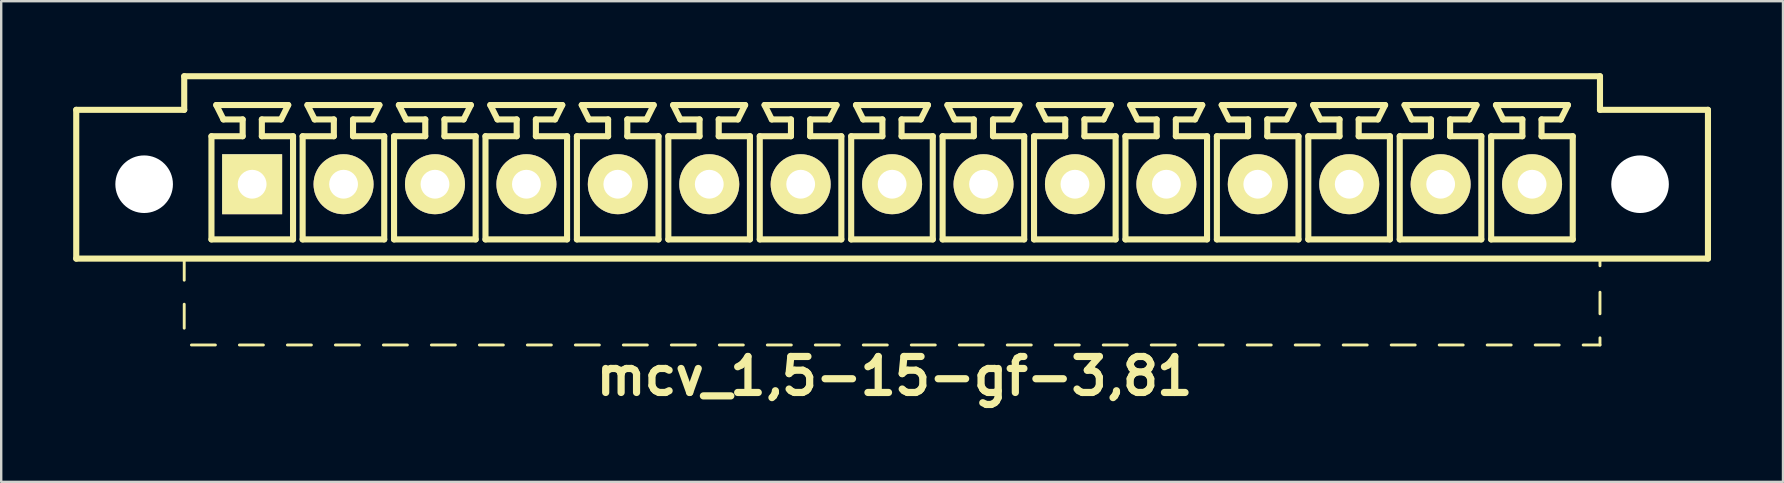
<source format=kicad_pcb>
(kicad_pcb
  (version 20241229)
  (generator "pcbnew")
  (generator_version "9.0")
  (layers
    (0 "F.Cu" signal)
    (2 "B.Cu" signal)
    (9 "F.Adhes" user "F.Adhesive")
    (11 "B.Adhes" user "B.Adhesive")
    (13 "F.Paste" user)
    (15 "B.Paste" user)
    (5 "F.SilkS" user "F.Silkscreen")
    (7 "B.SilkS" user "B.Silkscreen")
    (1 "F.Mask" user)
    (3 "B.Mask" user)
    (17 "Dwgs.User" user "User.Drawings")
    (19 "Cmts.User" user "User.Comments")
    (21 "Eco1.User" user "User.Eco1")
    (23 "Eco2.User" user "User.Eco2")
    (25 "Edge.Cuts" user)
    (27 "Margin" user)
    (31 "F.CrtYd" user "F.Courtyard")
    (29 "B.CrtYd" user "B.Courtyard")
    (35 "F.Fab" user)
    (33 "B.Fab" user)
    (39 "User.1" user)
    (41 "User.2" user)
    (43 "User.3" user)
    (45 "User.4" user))
  (footprint "mcv_1,5-15-gf-3,81"
    (layer "F.Cu")
    (at 34.127 4.627)
    (property "Reference" "mcv_1,5-15-gf-3,81" (at 0.1 8 0) (layer "F.SilkS") (effects (font (size 1.5 1.5) (thickness 0.3))))
    (attr through_hole)
    (fp_line (start -34 3.1) (end -34 -3.1) (stroke (width 0.254) (type solid)) (layer "F.SilkS"))
    (fp_line (start -34 3.1) (end 34 3.1) (stroke (width 0.254) (type solid)) (layer "F.SilkS"))
    (fp_line (start -29.5 -4.5) (end -29.5 -3.1) (stroke (width 0.254) (type solid)) (layer "F.SilkS"))
    (fp_line (start -29.5 -4.5) (end 29.5 -4.5) (stroke (width 0.254) (type solid)) (layer "F.SilkS"))
    (fp_line (start -29.5 -3.1) (end -34 -3.1) (stroke (width 0.254) (type solid)) (layer "F.SilkS"))
    (fp_line (start -29.5 3.1) (end -29.5 4) (stroke (width 0.12) (type solid)) (layer "F.SilkS"))
    (fp_line (start -29.5 5) (end -29.5 6) (stroke (width 0.12) (type solid)) (layer "F.SilkS"))
    (fp_line (start -29.2 6.7) (end -28.2 6.7) (stroke (width 0.12) (type solid)) (layer "F.SilkS"))
    (fp_line (start -28.365 -2) (end -27.065 -2) (stroke (width 0.254) (type solid)) (layer "F.SilkS"))
    (fp_line (start -28.365 2.3) (end -28.365 -2) (stroke (width 0.254) (type solid)) (layer "F.SilkS"))
    (fp_line (start -28.165 -3.3) (end -25.165 -3.3) (stroke (width 0.254) (type solid)) (layer "F.SilkS"))
    (fp_line (start -27.865 -2.7) (end -28.165 -3.3) (stroke (width 0.254) (type solid)) (layer "F.SilkS"))
    (fp_line (start -27.2 6.7) (end -26.2 6.7) (stroke (width 0.12) (type solid)) (layer "F.SilkS"))
    (fp_line (start -27.065 -2.7) (end -27.865 -2.7) (stroke (width 0.254) (type solid)) (layer "F.SilkS"))
    (fp_line (start -27.065 -2) (end -27.065 -2.7) (stroke (width 0.254) (type solid)) (layer "F.SilkS"))
    (fp_line (start -26.265 -2.7) (end -26.265 -2) (stroke (width 0.254) (type solid)) (layer "F.SilkS"))
    (fp_line (start -26.265 -2) (end -24.965 -2) (stroke (width 0.254) (type solid)) (layer "F.SilkS"))
    (fp_line (start -25.465 -2.7) (end -26.265 -2.7) (stroke (width 0.254) (type solid)) (layer "F.SilkS"))
    (fp_line (start -25.465 -2.7) (end -25.165 -3.3) (stroke (width 0.254) (type solid)) (layer "F.SilkS"))
    (fp_line (start -25.2 6.7) (end -24.2 6.7) (stroke (width 0.12) (type solid)) (layer "F.SilkS"))
    (fp_line (start -24.965 -2) (end -24.965 2.3) (stroke (width 0.254) (type solid)) (layer "F.SilkS"))
    (fp_line (start -24.965 2.3) (end -28.365 2.3) (stroke (width 0.254) (type solid)) (layer "F.SilkS"))
    (fp_line (start -24.565 -2) (end -23.265 -2) (stroke (width 0.254) (type solid)) (layer "F.SilkS"))
    (fp_line (start -24.565 2.3) (end -24.565 -2) (stroke (width 0.254) (type solid)) (layer "F.SilkS"))
    (fp_line (start -24.365 -3.3) (end -21.365 -3.3) (stroke (width 0.254) (type solid)) (layer "F.SilkS"))
    (fp_line (start -24.065 -2.7) (end -24.365 -3.3) (stroke (width 0.254) (type solid)) (layer "F.SilkS"))
    (fp_line (start -23.265 -2.7) (end -24.065 -2.7) (stroke (width 0.254) (type solid)) (layer "F.SilkS"))
    (fp_line (start -23.265 -2) (end -23.265 -2.7) (stroke (width 0.254) (type solid)) (layer "F.SilkS"))
    (fp_line (start -23.2 6.7) (end -22.2 6.7) (stroke (width 0.12) (type solid)) (layer "F.SilkS"))
    (fp_line (start -22.465 -2.7) (end -22.465 -2) (stroke (width 0.254) (type solid)) (layer "F.SilkS"))
    (fp_line (start -22.465 -2) (end -21.165 -2) (stroke (width 0.254) (type solid)) (layer "F.SilkS"))
    (fp_line (start -21.665 -2.7) (end -22.465 -2.7) (stroke (width 0.254) (type solid)) (layer "F.SilkS"))
    (fp_line (start -21.665 -2.7) (end -21.365 -3.3) (stroke (width 0.254) (type solid)) (layer "F.SilkS"))
    (fp_line (start -21.2 6.7) (end -20.2 6.7) (stroke (width 0.12) (type solid)) (layer "F.SilkS"))
    (fp_line (start -21.165 -2) (end -21.165 2.3) (stroke (width 0.254) (type solid)) (layer "F.SilkS"))
    (fp_line (start -21.165 2.3) (end -24.565 2.3) (stroke (width 0.254) (type solid)) (layer "F.SilkS"))
    (fp_line (start -20.755 -2) (end -19.455 -2) (stroke (width 0.254) (type solid)) (layer "F.SilkS"))
    (fp_line (start -20.755 2.3) (end -20.755 -2) (stroke (width 0.254) (type solid)) (layer "F.SilkS"))
    (fp_line (start -20.555 -3.3) (end -17.555 -3.3) (stroke (width 0.254) (type solid)) (layer "F.SilkS"))
    (fp_line (start -20.255 -2.7) (end -20.555 -3.3) (stroke (width 0.254) (type solid)) (layer "F.SilkS"))
    (fp_line (start -19.455 -2.7) (end -20.255 -2.7) (stroke (width 0.254) (type solid)) (layer "F.SilkS"))
    (fp_line (start -19.455 -2) (end -19.455 -2.7) (stroke (width 0.254) (type solid)) (layer "F.SilkS"))
    (fp_line (start -19.2 6.7) (end -18.2 6.7) (stroke (width 0.12) (type solid)) (layer "F.SilkS"))
    (fp_line (start -18.655 -2.7) (end -18.655 -2) (stroke (width 0.254) (type solid)) (layer "F.SilkS"))
    (fp_line (start -18.655 -2) (end -17.355 -2) (stroke (width 0.254) (type solid)) (layer "F.SilkS"))
    (fp_line (start -17.855 -2.7) (end -18.655 -2.7) (stroke (width 0.254) (type solid)) (layer "F.SilkS"))
    (fp_line (start -17.855 -2.7) (end -17.555 -3.3) (stroke (width 0.254) (type solid)) (layer "F.SilkS"))
    (fp_line (start -17.355 -2) (end -17.355 2.3) (stroke (width 0.254) (type solid)) (layer "F.SilkS"))
    (fp_line (start -17.355 2.3) (end -20.755 2.3) (stroke (width 0.254) (type solid)) (layer "F.SilkS"))
    (fp_line (start -17.2 6.7) (end -16.2 6.7) (stroke (width 0.12) (type solid)) (layer "F.SilkS"))
    (fp_line (start -16.945 -2) (end -15.645 -2) (stroke (width 0.254) (type solid)) (layer "F.SilkS"))
    (fp_line (start -16.945 2.3) (end -16.945 -2) (stroke (width 0.254) (type solid)) (layer "F.SilkS"))
    (fp_line (start -16.745 -3.3) (end -13.745 -3.3) (stroke (width 0.254) (type solid)) (layer "F.SilkS"))
    (fp_line (start -16.445 -2.7) (end -16.745 -3.3) (stroke (width 0.254) (type solid)) (layer "F.SilkS"))
    (fp_line (start -15.645 -2.7) (end -16.445 -2.7) (stroke (width 0.254) (type solid)) (layer "F.SilkS"))
    (fp_line (start -15.645 -2) (end -15.645 -2.7) (stroke (width 0.254) (type solid)) (layer "F.SilkS"))
    (fp_line (start -15.2 6.7) (end -14.2 6.7) (stroke (width 0.12) (type solid)) (layer "F.SilkS"))
    (fp_line (start -14.845 -2.7) (end -14.845 -2) (stroke (width 0.254) (type solid)) (layer "F.SilkS"))
    (fp_line (start -14.845 -2) (end -13.545 -2) (stroke (width 0.254) (type solid)) (layer "F.SilkS"))
    (fp_line (start -14.045 -2.7) (end -14.845 -2.7) (stroke (width 0.254) (type solid)) (layer "F.SilkS"))
    (fp_line (start -14.045 -2.7) (end -13.745 -3.3) (stroke (width 0.254) (type solid)) (layer "F.SilkS"))
    (fp_line (start -13.545 -2) (end -13.545 2.3) (stroke (width 0.254) (type solid)) (layer "F.SilkS"))
    (fp_line (start -13.545 2.3) (end -16.945 2.3) (stroke (width 0.254) (type solid)) (layer "F.SilkS"))
    (fp_line (start -13.2 6.7) (end -12.2 6.7) (stroke (width 0.12) (type solid)) (layer "F.SilkS"))
    (fp_line (start -13.135 -2) (end -11.835 -2) (stroke (width 0.254) (type solid)) (layer "F.SilkS"))
    (fp_line (start -13.135 2.3) (end -13.135 -2) (stroke (width 0.254) (type solid)) (layer "F.SilkS"))
    (fp_line (start -12.935 -3.3) (end -9.935 -3.3) (stroke (width 0.254) (type solid)) (layer "F.SilkS"))
    (fp_line (start -12.635 -2.7) (end -12.935 -3.3) (stroke (width 0.254) (type solid)) (layer "F.SilkS"))
    (fp_line (start -11.835 -2.7) (end -12.635 -2.7) (stroke (width 0.254) (type solid)) (layer "F.SilkS"))
    (fp_line (start -11.835 -2) (end -11.835 -2.7) (stroke (width 0.254) (type solid)) (layer "F.SilkS"))
    (fp_line (start -11.2 6.7) (end -10.2 6.7) (stroke (width 0.12) (type solid)) (layer "F.SilkS"))
    (fp_line (start -11.035 -2.7) (end -11.035 -2) (stroke (width 0.254) (type solid)) (layer "F.SilkS"))
    (fp_line (start -11.035 -2) (end -9.735 -2) (stroke (width 0.254) (type solid)) (layer "F.SilkS"))
    (fp_line (start -10.235 -2.7) (end -11.035 -2.7) (stroke (width 0.254) (type solid)) (layer "F.SilkS"))
    (fp_line (start -10.235 -2.7) (end -9.935 -3.3) (stroke (width 0.254) (type solid)) (layer "F.SilkS"))
    (fp_line (start -9.735 -2) (end -9.735 2.3) (stroke (width 0.254) (type solid)) (layer "F.SilkS"))
    (fp_line (start -9.735 2.3) (end -13.135 2.3) (stroke (width 0.254) (type solid)) (layer "F.SilkS"))
    (fp_line (start -9.325 -2) (end -8.025 -2) (stroke (width 0.254) (type solid)) (layer "F.SilkS"))
    (fp_line (start -9.325 2.3) (end -9.325 -2) (stroke (width 0.254) (type solid)) (layer "F.SilkS"))
    (fp_line (start -9.2 6.7) (end -8.2 6.7) (stroke (width 0.12) (type solid)) (layer "F.SilkS"))
    (fp_line (start -9.125 -3.3) (end -6.125 -3.3) (stroke (width 0.254) (type solid)) (layer "F.SilkS"))
    (fp_line (start -8.825 -2.7) (end -9.125 -3.3) (stroke (width 0.254) (type solid)) (layer "F.SilkS"))
    (fp_line (start -8.025 -2.7) (end -8.825 -2.7) (stroke (width 0.254) (type solid)) (layer "F.SilkS"))
    (fp_line (start -8.025 -2) (end -8.025 -2.7) (stroke (width 0.254) (type solid)) (layer "F.SilkS"))
    (fp_line (start -7.225 -2.7) (end -7.225 -2) (stroke (width 0.254) (type solid)) (layer "F.SilkS"))
    (fp_line (start -7.225 -2) (end -5.925 -2) (stroke (width 0.254) (type solid)) (layer "F.SilkS"))
    (fp_line (start -7.2 6.7) (end -6.2 6.7) (stroke (width 0.12) (type solid)) (layer "F.SilkS"))
    (fp_line (start -6.425 -2.7) (end -7.225 -2.7) (stroke (width 0.254) (type solid)) (layer "F.SilkS"))
    (fp_line (start -6.425 -2.7) (end -6.125 -3.3) (stroke (width 0.254) (type solid)) (layer "F.SilkS"))
    (fp_line (start -5.925 -2) (end -5.925 2.3) (stroke (width 0.254) (type solid)) (layer "F.SilkS"))
    (fp_line (start -5.925 2.3) (end -9.325 2.3) (stroke (width 0.254) (type solid)) (layer "F.SilkS"))
    (fp_line (start -5.515 -2) (end -4.215 -2) (stroke (width 0.254) (type solid)) (layer "F.SilkS"))
    (fp_line (start -5.515 2.3) (end -5.515 -2) (stroke (width 0.254) (type solid)) (layer "F.SilkS"))
    (fp_line (start -5.315 -3.3) (end -2.315 -3.3) (stroke (width 0.254) (type solid)) (layer "F.SilkS"))
    (fp_line (start -5.2 6.7) (end -4.2 6.7) (stroke (width 0.12) (type solid)) (layer "F.SilkS"))
    (fp_line (start -5.015 -2.7) (end -5.315 -3.3) (stroke (width 0.254) (type solid)) (layer "F.SilkS"))
    (fp_line (start -4.215 -2.7) (end -5.015 -2.7) (stroke (width 0.254) (type solid)) (layer "F.SilkS"))
    (fp_line (start -4.215 -2) (end -4.215 -2.7) (stroke (width 0.254) (type solid)) (layer "F.SilkS"))
    (fp_line (start -3.415 -2.7) (end -3.415 -2) (stroke (width 0.254) (type solid)) (layer "F.SilkS"))
    (fp_line (start -3.415 -2) (end -2.115 -2) (stroke (width 0.254) (type solid)) (layer "F.SilkS"))
    (fp_line (start -3.2 6.7) (end -2.2 6.7) (stroke (width 0.12) (type solid)) (layer "F.SilkS"))
    (fp_line (start -2.615 -2.7) (end -3.415 -2.7) (stroke (width 0.254) (type solid)) (layer "F.SilkS"))
    (fp_line (start -2.615 -2.7) (end -2.315 -3.3) (stroke (width 0.254) (type solid)) (layer "F.SilkS"))
    (fp_line (start -2.115 -2) (end -2.115 2.3) (stroke (width 0.254) (type solid)) (layer "F.SilkS"))
    (fp_line (start -2.115 2.3) (end -5.515 2.3) (stroke (width 0.254) (type solid)) (layer "F.SilkS"))
    (fp_line (start -1.705 -2) (end -0.405 -2) (stroke (width 0.254) (type solid)) (layer "F.SilkS"))
    (fp_line (start -1.705 2.3) (end -1.705 -2) (stroke (width 0.254) (type solid)) (layer "F.SilkS"))
    (fp_line (start -1.505 -3.3) (end 1.495 -3.3) (stroke (width 0.254) (type solid)) (layer "F.SilkS"))
    (fp_line (start -1.205 -2.7) (end -1.505 -3.3) (stroke (width 0.254) (type solid)) (layer "F.SilkS"))
    (fp_line (start -1.2 6.7) (end -0.2 6.7) (stroke (width 0.12) (type solid)) (layer "F.SilkS"))
    (fp_line (start -0.405 -2.7) (end -1.205 -2.7) (stroke (width 0.254) (type solid)) (layer "F.SilkS"))
    (fp_line (start -0.405 -2) (end -0.405 -2.7) (stroke (width 0.254) (type solid)) (layer "F.SilkS"))
    (fp_line (start 0.395 -2.7) (end 0.395 -2) (stroke (width 0.254) (type solid)) (layer "F.SilkS"))
    (fp_line (start 0.395 -2) (end 1.695 -2) (stroke (width 0.254) (type solid)) (layer "F.SilkS"))
    (fp_line (start 0.8 6.7) (end 1.8 6.7) (stroke (width 0.12) (type solid)) (layer "F.SilkS"))
    (fp_line (start 1.195 -2.7) (end 0.395 -2.7) (stroke (width 0.254) (type solid)) (layer "F.SilkS"))
    (fp_line (start 1.195 -2.7) (end 1.495 -3.3) (stroke (width 0.254) (type solid)) (layer "F.SilkS"))
    (fp_line (start 1.695 -2) (end 1.695 2.3) (stroke (width 0.254) (type solid)) (layer "F.SilkS"))
    (fp_line (start 1.695 2.3) (end -1.705 2.3) (stroke (width 0.254) (type solid)) (layer "F.SilkS"))
    (fp_line (start 2.105 -2) (end 3.405 -2) (stroke (width 0.254) (type solid)) (layer "F.SilkS"))
    (fp_line (start 2.105 2.3) (end 2.105 -2) (stroke (width 0.254) (type solid)) (layer "F.SilkS"))
    (fp_line (start 2.305 -3.3) (end 5.305 -3.3) (stroke (width 0.254) (type solid)) (layer "F.SilkS"))
    (fp_line (start 2.605 -2.7) (end 2.305 -3.3) (stroke (width 0.254) (type solid)) (layer "F.SilkS"))
    (fp_line (start 2.8 6.7) (end 3.8 6.7) (stroke (width 0.12) (type solid)) (layer "F.SilkS"))
    (fp_line (start 3.405 -2.7) (end 2.605 -2.7) (stroke (width 0.254) (type solid)) (layer "F.SilkS"))
    (fp_line (start 3.405 -2) (end 3.405 -2.7) (stroke (width 0.254) (type solid)) (layer "F.SilkS"))
    (fp_line (start 4.205 -2.7) (end 4.205 -2) (stroke (width 0.254) (type solid)) (layer "F.SilkS"))
    (fp_line (start 4.205 -2) (end 5.505 -2) (stroke (width 0.254) (type solid)) (layer "F.SilkS"))
    (fp_line (start 4.8 6.7) (end 5.8 6.7) (stroke (width 0.12) (type solid)) (layer "F.SilkS"))
    (fp_line (start 5.005 -2.7) (end 4.205 -2.7) (stroke (width 0.254) (type solid)) (layer "F.SilkS"))
    (fp_line (start 5.005 -2.7) (end 5.305 -3.3) (stroke (width 0.254) (type solid)) (layer "F.SilkS"))
    (fp_line (start 5.505 -2) (end 5.505 2.3) (stroke (width 0.254) (type solid)) (layer "F.SilkS"))
    (fp_line (start 5.505 2.3) (end 2.105 2.3) (stroke (width 0.254) (type solid)) (layer "F.SilkS"))
    (fp_line (start 5.915 -2) (end 7.215 -2) (stroke (width 0.254) (type solid)) (layer "F.SilkS"))
    (fp_line (start 5.915 2.3) (end 5.915 -2) (stroke (width 0.254) (type solid)) (layer "F.SilkS"))
    (fp_line (start 6.115 -3.3) (end 9.115 -3.3) (stroke (width 0.254) (type solid)) (layer "F.SilkS"))
    (fp_line (start 6.415 -2.7) (end 6.115 -3.3) (stroke (width 0.254) (type solid)) (layer "F.SilkS"))
    (fp_line (start 6.8 6.7) (end 7.8 6.7) (stroke (width 0.12) (type solid)) (layer "F.SilkS"))
    (fp_line (start 7.215 -2.7) (end 6.415 -2.7) (stroke (width 0.254) (type solid)) (layer "F.SilkS"))
    (fp_line (start 7.215 -2) (end 7.215 -2.7) (stroke (width 0.254) (type solid)) (layer "F.SilkS"))
    (fp_line (start 8.015 -2.7) (end 8.015 -2) (stroke (width 0.254) (type solid)) (layer "F.SilkS"))
    (fp_line (start 8.015 -2) (end 9.315 -2) (stroke (width 0.254) (type solid)) (layer "F.SilkS"))
    (fp_line (start 8.8 6.7) (end 9.8 6.7) (stroke (width 0.12) (type solid)) (layer "F.SilkS"))
    (fp_line (start 8.815 -2.7) (end 8.015 -2.7) (stroke (width 0.254) (type solid)) (layer "F.SilkS"))
    (fp_line (start 8.815 -2.7) (end 9.115 -3.3) (stroke (width 0.254) (type solid)) (layer "F.SilkS"))
    (fp_line (start 9.315 -2) (end 9.315 2.3) (stroke (width 0.254) (type solid)) (layer "F.SilkS"))
    (fp_line (start 9.315 2.3) (end 5.915 2.3) (stroke (width 0.254) (type solid)) (layer "F.SilkS"))
    (fp_line (start 9.725 -2) (end 11.025 -2) (stroke (width 0.254) (type solid)) (layer "F.SilkS"))
    (fp_line (start 9.725 2.3) (end 9.725 -2) (stroke (width 0.254) (type solid)) (layer "F.SilkS"))
    (fp_line (start 9.925 -3.3) (end 12.925 -3.3) (stroke (width 0.254) (type solid)) (layer "F.SilkS"))
    (fp_line (start 10.225 -2.7) (end 9.925 -3.3) (stroke (width 0.254) (type solid)) (layer "F.SilkS"))
    (fp_line (start 10.8 6.7) (end 11.8 6.7) (stroke (width 0.12) (type solid)) (layer "F.SilkS"))
    (fp_line (start 11.025 -2.7) (end 10.225 -2.7) (stroke (width 0.254) (type solid)) (layer "F.SilkS"))
    (fp_line (start 11.025 -2) (end 11.025 -2.7) (stroke (width 0.254) (type solid)) (layer "F.SilkS"))
    (fp_line (start 11.825 -2.7) (end 11.825 -2) (stroke (width 0.254) (type solid)) (layer "F.SilkS"))
    (fp_line (start 11.825 -2) (end 13.125 -2) (stroke (width 0.254) (type solid)) (layer "F.SilkS"))
    (fp_line (start 12.625 -2.7) (end 11.825 -2.7) (stroke (width 0.254) (type solid)) (layer "F.SilkS"))
    (fp_line (start 12.625 -2.7) (end 12.925 -3.3) (stroke (width 0.254) (type solid)) (layer "F.SilkS"))
    (fp_line (start 12.8 6.7) (end 13.8 6.7) (stroke (width 0.12) (type solid)) (layer "F.SilkS"))
    (fp_line (start 13.125 -2) (end 13.125 2.3) (stroke (width 0.254) (type solid)) (layer "F.SilkS"))
    (fp_line (start 13.125 2.3) (end 9.725 2.3) (stroke (width 0.254) (type solid)) (layer "F.SilkS"))
    (fp_line (start 13.535 -2) (end 14.835 -2) (stroke (width 0.254) (type solid)) (layer "F.SilkS"))
    (fp_line (start 13.535 2.3) (end 13.535 -2) (stroke (width 0.254) (type solid)) (layer "F.SilkS"))
    (fp_line (start 13.735 -3.3) (end 16.735 -3.3) (stroke (width 0.254) (type solid)) (layer "F.SilkS"))
    (fp_line (start 14.035 -2.7) (end 13.735 -3.3) (stroke (width 0.254) (type solid)) (layer "F.SilkS"))
    (fp_line (start 14.8 6.7) (end 15.8 6.7) (stroke (width 0.12) (type solid)) (layer "F.SilkS"))
    (fp_line (start 14.835 -2.7) (end 14.035 -2.7) (stroke (width 0.254) (type solid)) (layer "F.SilkS"))
    (fp_line (start 14.835 -2) (end 14.835 -2.7) (stroke (width 0.254) (type solid)) (layer "F.SilkS"))
    (fp_line (start 15.635 -2.7) (end 15.635 -2) (stroke (width 0.254) (type solid)) (layer "F.SilkS"))
    (fp_line (start 15.635 -2) (end 16.935 -2) (stroke (width 0.254) (type solid)) (layer "F.SilkS"))
    (fp_line (start 16.435 -2.7) (end 15.635 -2.7) (stroke (width 0.254) (type solid)) (layer "F.SilkS"))
    (fp_line (start 16.435 -2.7) (end 16.735 -3.3) (stroke (width 0.254) (type solid)) (layer "F.SilkS"))
    (fp_line (start 16.8 6.7) (end 17.8 6.7) (stroke (width 0.12) (type solid)) (layer "F.SilkS"))
    (fp_line (start 16.935 -2) (end 16.935 2.3) (stroke (width 0.254) (type solid)) (layer "F.SilkS"))
    (fp_line (start 16.935 2.3) (end 13.535 2.3) (stroke (width 0.254) (type solid)) (layer "F.SilkS"))
    (fp_line (start 17.345 -2) (end 18.645 -2) (stroke (width 0.254) (type solid)) (layer "F.SilkS"))
    (fp_line (start 17.345 2.3) (end 17.345 -2) (stroke (width 0.254) (type solid)) (layer "F.SilkS"))
    (fp_line (start 17.545 -3.3) (end 20.545 -3.3) (stroke (width 0.254) (type solid)) (layer "F.SilkS"))
    (fp_line (start 17.845 -2.7) (end 17.545 -3.3) (stroke (width 0.254) (type solid)) (layer "F.SilkS"))
    (fp_line (start 18.645 -2.7) (end 17.845 -2.7) (stroke (width 0.254) (type solid)) (layer "F.SilkS"))
    (fp_line (start 18.645 -2) (end 18.645 -2.7) (stroke (width 0.254) (type solid)) (layer "F.SilkS"))
    (fp_line (start 18.8 6.7) (end 19.8 6.7) (stroke (width 0.12) (type solid)) (layer "F.SilkS"))
    (fp_line (start 19.445 -2.7) (end 19.445 -2) (stroke (width 0.254) (type solid)) (layer "F.SilkS"))
    (fp_line (start 19.445 -2) (end 20.745 -2) (stroke (width 0.254) (type solid)) (layer "F.SilkS"))
    (fp_line (start 20.245 -2.7) (end 19.445 -2.7) (stroke (width 0.254) (type solid)) (layer "F.SilkS"))
    (fp_line (start 20.245 -2.7) (end 20.545 -3.3) (stroke (width 0.254) (type solid)) (layer "F.SilkS"))
    (fp_line (start 20.745 -2) (end 20.745 2.3) (stroke (width 0.254) (type solid)) (layer "F.SilkS"))
    (fp_line (start 20.745 2.3) (end 17.345 2.3) (stroke (width 0.254) (type solid)) (layer "F.SilkS"))
    (fp_line (start 20.8 6.7) (end 21.8 6.7) (stroke (width 0.12) (type solid)) (layer "F.SilkS"))
    (fp_line (start 21.155 -2) (end 22.455 -2) (stroke (width 0.254) (type solid)) (layer "F.SilkS"))
    (fp_line (start 21.155 2.3) (end 21.155 -2) (stroke (width 0.254) (type solid)) (layer "F.SilkS"))
    (fp_line (start 21.355 -3.3) (end 24.355 -3.3) (stroke (width 0.254) (type solid)) (layer "F.SilkS"))
    (fp_line (start 21.655 -2.7) (end 21.355 -3.3) (stroke (width 0.254) (type solid)) (layer "F.SilkS"))
    (fp_line (start 22.455 -2.7) (end 21.655 -2.7) (stroke (width 0.254) (type solid)) (layer "F.SilkS"))
    (fp_line (start 22.455 -2) (end 22.455 -2.7) (stroke (width 0.254) (type solid)) (layer "F.SilkS"))
    (fp_line (start 22.8 6.7) (end 23.8 6.7) (stroke (width 0.12) (type solid)) (layer "F.SilkS"))
    (fp_line (start 23.255 -2.7) (end 23.255 -2) (stroke (width 0.254) (type solid)) (layer "F.SilkS"))
    (fp_line (start 23.255 -2) (end 24.555 -2) (stroke (width 0.254) (type solid)) (layer "F.SilkS"))
    (fp_line (start 24.055 -2.7) (end 23.255 -2.7) (stroke (width 0.254) (type solid)) (layer "F.SilkS"))
    (fp_line (start 24.055 -2.7) (end 24.355 -3.3) (stroke (width 0.254) (type solid)) (layer "F.SilkS"))
    (fp_line (start 24.555 -2) (end 24.555 2.3) (stroke (width 0.254) (type solid)) (layer "F.SilkS"))
    (fp_line (start 24.555 2.3) (end 21.155 2.3) (stroke (width 0.254) (type solid)) (layer "F.SilkS"))
    (fp_line (start 24.8 6.7) (end 25.8 6.7) (stroke (width 0.12) (type solid)) (layer "F.SilkS"))
    (fp_line (start 24.965 -2) (end 26.265 -2) (stroke (width 0.254) (type solid)) (layer "F.SilkS"))
    (fp_line (start 24.965 2.3) (end 24.965 -2) (stroke (width 0.254) (type solid)) (layer "F.SilkS"))
    (fp_line (start 25.165 -3.3) (end 28.165 -3.3) (stroke (width 0.254) (type solid)) (layer "F.SilkS"))
    (fp_line (start 25.465 -2.7) (end 25.165 -3.3) (stroke (width 0.254) (type solid)) (layer "F.SilkS"))
    (fp_line (start 26.265 -2.7) (end 25.465 -2.7) (stroke (width 0.254) (type solid)) (layer "F.SilkS"))
    (fp_line (start 26.265 -2) (end 26.265 -2.7) (stroke (width 0.254) (type solid)) (layer "F.SilkS"))
    (fp_line (start 26.8 6.7) (end 27.8 6.7) (stroke (width 0.12) (type solid)) (layer "F.SilkS"))
    (fp_line (start 27.065 -2.7) (end 27.065 -2) (stroke (width 0.254) (type solid)) (layer "F.SilkS"))
    (fp_line (start 27.065 -2) (end 28.365 -2) (stroke (width 0.254) (type solid)) (layer "F.SilkS"))
    (fp_line (start 27.865 -2.7) (end 27.065 -2.7) (stroke (width 0.254) (type solid)) (layer "F.SilkS"))
    (fp_line (start 27.865 -2.7) (end 28.165 -3.3) (stroke (width 0.254) (type solid)) (layer "F.SilkS"))
    (fp_line (start 28.365 -2) (end 28.365 2.3) (stroke (width 0.254) (type solid)) (layer "F.SilkS"))
    (fp_line (start 28.365 2.3) (end 24.965 2.3) (stroke (width 0.254) (type solid)) (layer "F.SilkS"))
    (fp_line (start 28.8 6.7) (end 29.5 6.7) (stroke (width 0.12) (type solid)) (layer "F.SilkS"))
    (fp_line (start 29.5 -4.5) (end 29.5 -3.1) (stroke (width 0.254) (type solid)) (layer "F.SilkS"))
    (fp_line (start 29.5 3.4) (end 29.5 3.1) (stroke (width 0.12) (type solid)) (layer "F.SilkS"))
    (fp_line (start 29.5 5.4) (end 29.5 4.5) (stroke (width 0.12) (type solid)) (layer "F.SilkS"))
    (fp_line (start 29.5 6.7) (end 29.5 6.4) (stroke (width 0.12) (type solid)) (layer "F.SilkS"))
    (fp_line (start 34 -3.1) (end 29.5 -3.1) (stroke (width 0.254) (type solid)) (layer "F.SilkS"))
    (fp_line (start 34 3.1) (end 34 -3.1) (stroke (width 0.254) (type solid)) (layer "F.SilkS"))
    (pad "" np_thru_hole circle (at -31.17 0) (size 2.4 2.4) (drill 2.4) (layers "*.Cu" "*.Mask"))
    (pad "" np_thru_hole circle (at 31.17 0) (size 2.4 2.4) (drill 2.4) (layers "*.Cu" "*.Mask"))
    (pad "1" thru_hole rect (at -26.67 0) (size 2.5 2.5) (drill 1.2) (layers "*.Cu" "*.Mask" "F.SilkS"))
    (pad "2" thru_hole circle (at -22.86 0) (size 2.5 2.5) (drill 1.2) (layers "*.Cu" "*.Mask" "F.SilkS"))
    (pad "3.1" thru_hole circle (at -19.05 0) (size 2.5 2.5) (drill 1.2) (layers "*.Cu" "*.Mask" "F.SilkS"))
    (pad "4" thru_hole circle (at -15.24 0) (size 2.5 2.5) (drill 1.2) (layers "*.Cu" "*.Mask" "F.SilkS"))
    (pad "5" thru_hole circle (at -11.43 0) (size 2.5 2.5) (drill 1.2) (layers "*.Cu" "*.Mask" "F.SilkS"))
    (pad "6" thru_hole circle (at -7.62 0) (size 2.5 2.5) (drill 1.2) (layers "*.Cu" "*.Mask" "F.SilkS"))
    (pad "7" thru_hole circle (at -3.81 0) (size 2.5 2.5) (drill 1.2) (layers "*.Cu" "*.Mask" "F.SilkS"))
    (pad "8" thru_hole circle (at 0 0) (size 2.5 2.5) (drill 1.2) (layers "*.Cu" "*.Mask" "F.SilkS"))
    (pad "9" thru_hole circle (at 3.81 0) (size 2.5 2.5) (drill 1.2) (layers "*.Cu" "*.Mask" "F.SilkS"))
    (pad "10" thru_hole circle (at 7.62 0) (size 2.5 2.5) (drill 1.2) (layers "*.Cu" "*.Mask" "F.SilkS"))
    (pad "11" thru_hole circle (at 11.43 0) (size 2.5 2.5) (drill 1.2) (layers "*.Cu" "*.Mask" "F.SilkS"))
    (pad "12" thru_hole circle (at 15.24 0) (size 2.5 2.5) (drill 1.2) (layers "*.Cu" "*.Mask" "F.SilkS"))
    (pad "13" thru_hole circle (at 19.05 0) (size 2.5 2.5) (drill 1.2) (layers "*.Cu" "*.Mask" "F.SilkS"))
    (pad "14" thru_hole circle (at 22.86 0) (size 2.5 2.5) (drill 1.2) (layers "*.Cu" "*.Mask" "F.SilkS"))
    (pad "15" thru_hole circle (at 26.67 0) (size 2.5 2.5) (drill 1.2) (layers "*.Cu" "*.Mask" "F.SilkS")))
  (gr_rect
    (start -3 -3)
    (end 71.254 17.031)
    (stroke (width 0.1) (type default))
    (fill no)
    (layer "Edge.Cuts")))
</source>
